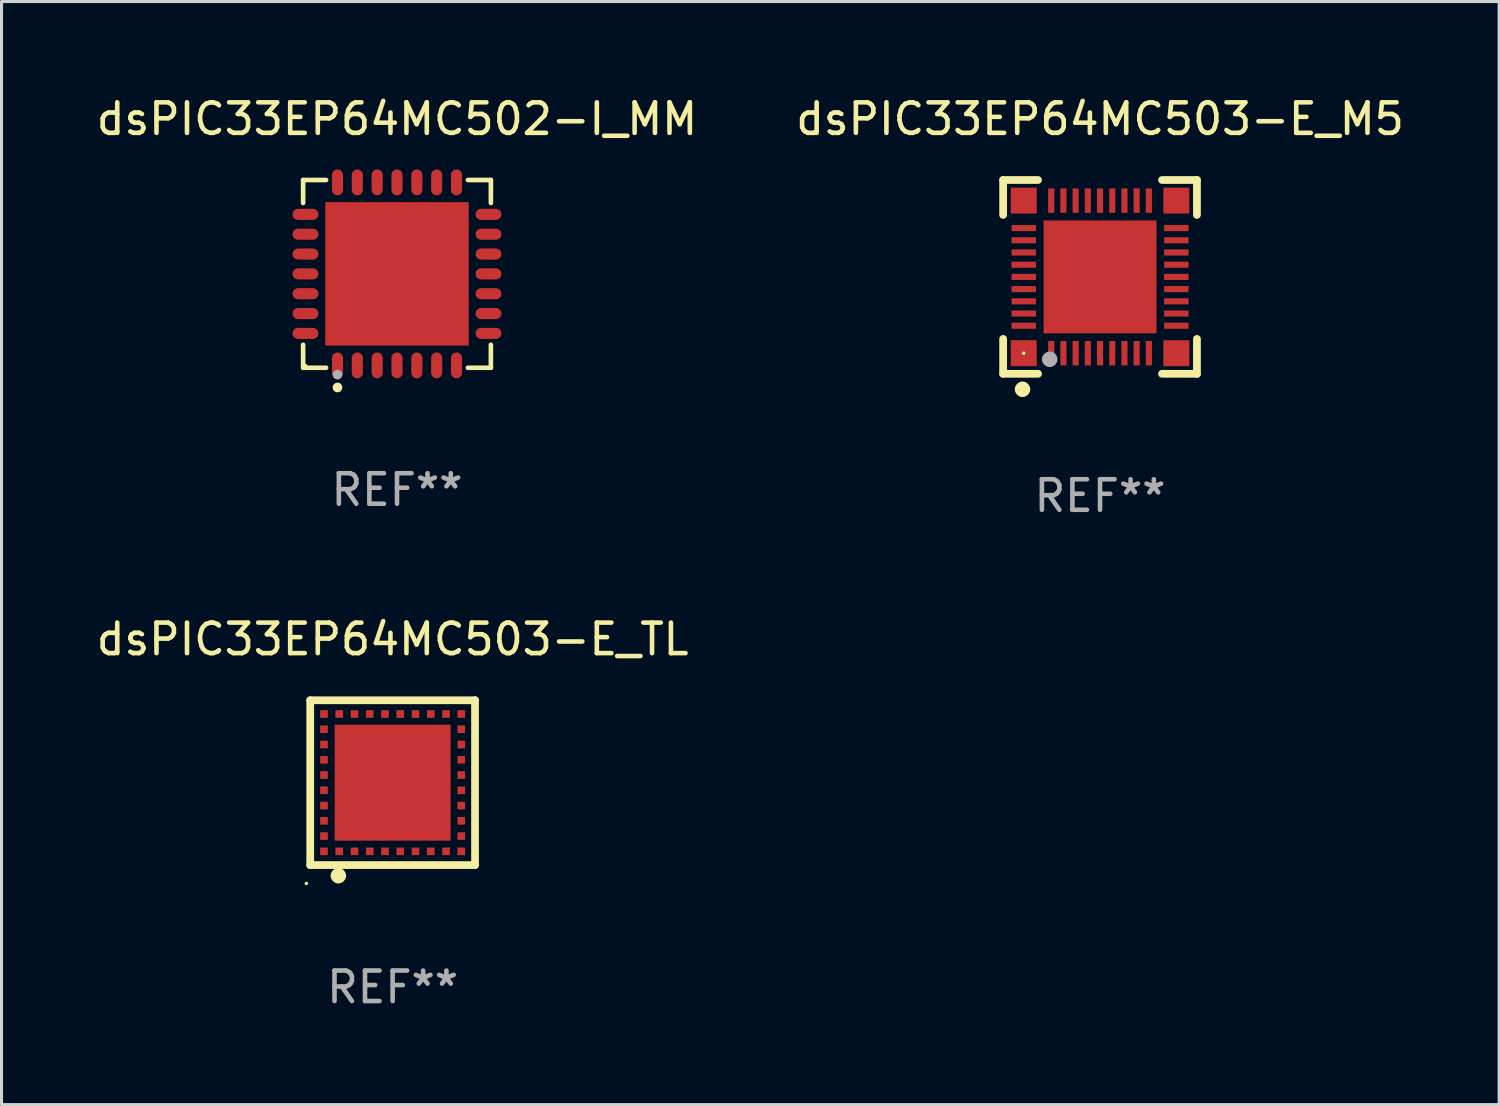
<source format=kicad_pcb>
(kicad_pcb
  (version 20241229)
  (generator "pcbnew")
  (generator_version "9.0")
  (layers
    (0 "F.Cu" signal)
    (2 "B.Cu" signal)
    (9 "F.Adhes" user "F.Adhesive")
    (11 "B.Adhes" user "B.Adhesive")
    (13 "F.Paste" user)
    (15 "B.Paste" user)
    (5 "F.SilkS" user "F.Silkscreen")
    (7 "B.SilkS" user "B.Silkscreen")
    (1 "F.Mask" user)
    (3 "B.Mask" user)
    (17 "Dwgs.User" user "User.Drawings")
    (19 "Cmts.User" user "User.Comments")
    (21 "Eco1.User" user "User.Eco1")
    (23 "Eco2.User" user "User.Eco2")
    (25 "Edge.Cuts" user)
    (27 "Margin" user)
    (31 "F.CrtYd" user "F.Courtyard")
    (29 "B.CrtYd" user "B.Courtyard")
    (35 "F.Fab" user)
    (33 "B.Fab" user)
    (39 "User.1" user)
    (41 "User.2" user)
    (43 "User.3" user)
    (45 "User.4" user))
  (footprint "dsPIC33EP64MC502-I_MM"
    (layer "F.Cu")
    (at 9.958 5.924)
    (property "Reference" "dsPIC33EP64MC502-I_MM" (at 0 -5.076 0) (layer "F.SilkS") (effects (font (size 1 1) (thickness 0.15))))
    (attr through_hole)
    (fp_line (start -3.076 -3.076) (end -2.323 -3.076) (stroke (width 0.152) (type solid)) (layer "F.SilkS"))
    (fp_line (start -3.076 -2.323) (end -3.076 -3.076) (stroke (width 0.152) (type solid)) (layer "F.SilkS"))
    (fp_line (start -3.076 2.323) (end -3.076 3.076) (stroke (width 0.152) (type solid)) (layer "F.SilkS"))
    (fp_line (start -3.076 3.076) (end -2.323 3.076) (stroke (width 0.152) (type solid)) (layer "F.SilkS"))
    (fp_line (start 3.076 -3.076) (end 2.323 -3.076) (stroke (width 0.152) (type solid)) (layer "F.SilkS"))
    (fp_line (start 3.076 -2.323) (end 3.076 -3.076) (stroke (width 0.152) (type solid)) (layer "F.SilkS"))
    (fp_line (start 3.076 2.323) (end 3.076 3.076) (stroke (width 0.152) (type solid)) (layer "F.SilkS"))
    (fp_line (start 3.076 3.076) (end 2.323 3.076) (stroke (width 0.152) (type solid)) (layer "F.SilkS"))
    (fp_circle (center -3 3) (end -2.97 3) (stroke (width 0.06) (type solid)) (fill no) (layer "F.SilkS"))
    (fp_circle (center -1.95 3.722) (end -1.87 3.722) (stroke (width 0.16) (type solid)) (fill no) (layer "F.SilkS"))
    (fp_circle (center -1.95 3.3) (end -1.87 3.3) (stroke (width 0.16) (type solid)) (fill no) (layer "F.Fab"))
    (fp_text user "REF**" (at 0 7.076 0) (layer "F.Fab") (effects (font (size 1 1) (thickness 0.15))))
    (pad "1" smd oval (at -1.95 2.998) (size 0.364 0.847) (layers "F.Cu" "F.Mask" "F.Paste"))
    (pad "2" smd oval (at -1.3 2.998) (size 0.364 0.847) (layers "F.Cu" "F.Mask" "F.Paste"))
    (pad "3" smd oval (at -0.65 2.998) (size 0.364 0.847) (layers "F.Cu" "F.Mask" "F.Paste"))
    (pad "4" smd oval (at 0 2.998) (size 0.364 0.847) (layers "F.Cu" "F.Mask" "F.Paste"))
    (pad "5" smd oval (at 0.65 2.998) (size 0.364 0.847) (layers "F.Cu" "F.Mask" "F.Paste"))
    (pad "6" smd oval (at 1.3 2.998) (size 0.364 0.847) (layers "F.Cu" "F.Mask" "F.Paste"))
    (pad "7" smd oval (at 1.95 2.998) (size 0.364 0.847) (layers "F.Cu" "F.Mask" "F.Paste"))
    (pad "8" smd oval (at 2.998 1.95) (size 0.847 0.364) (layers "F.Cu" "F.Mask" "F.Paste"))
    (pad "9" smd oval (at 2.998 1.3) (size 0.847 0.364) (layers "F.Cu" "F.Mask" "F.Paste"))
    (pad "10" smd oval (at 2.998 0.65) (size 0.847 0.364) (layers "F.Cu" "F.Mask" "F.Paste"))
    (pad "11" smd oval (at 2.998 0) (size 0.847 0.364) (layers "F.Cu" "F.Mask" "F.Paste"))
    (pad "12" smd oval (at 2.998 -0.65) (size 0.847 0.364) (layers "F.Cu" "F.Mask" "F.Paste"))
    (pad "13" smd oval (at 2.998 -1.3) (size 0.847 0.364) (layers "F.Cu" "F.Mask" "F.Paste"))
    (pad "14" smd oval (at 2.998 -1.95) (size 0.847 0.364) (layers "F.Cu" "F.Mask" "F.Paste"))
    (pad "15" smd oval (at 1.95 -2.998) (size 0.364 0.847) (layers "F.Cu" "F.Mask" "F.Paste"))
    (pad "16" smd oval (at 1.3 -2.998) (size 0.364 0.847) (layers "F.Cu" "F.Mask" "F.Paste"))
    (pad "17" smd oval (at 0.65 -2.998) (size 0.364 0.847) (layers "F.Cu" "F.Mask" "F.Paste"))
    (pad "18" smd oval (at 0 -2.998) (size 0.364 0.847) (layers "F.Cu" "F.Mask" "F.Paste"))
    (pad "19" smd oval (at -0.65 -2.998) (size 0.364 0.847) (layers "F.Cu" "F.Mask" "F.Paste"))
    (pad "20" smd oval (at -1.3 -2.998) (size 0.364 0.847) (layers "F.Cu" "F.Mask" "F.Paste"))
    (pad "21" smd oval (at -1.95 -2.998) (size 0.364 0.847) (layers "F.Cu" "F.Mask" "F.Paste"))
    (pad "22" smd oval (at -2.998 -1.95) (size 0.847 0.364) (layers "F.Cu" "F.Mask" "F.Paste"))
    (pad "23" smd oval (at -2.998 -1.3) (size 0.847 0.364) (layers "F.Cu" "F.Mask" "F.Paste"))
    (pad "24" smd oval (at -2.998 -0.65) (size 0.847 0.364) (layers "F.Cu" "F.Mask" "F.Paste"))
    (pad "25" smd oval (at -2.998 0) (size 0.847 0.364) (layers "F.Cu" "F.Mask" "F.Paste"))
    (pad "26" smd oval (at -2.998 0.65) (size 0.847 0.364) (layers "F.Cu" "F.Mask" "F.Paste"))
    (pad "27" smd oval (at -2.998 1.3) (size 0.847 0.364) (layers "F.Cu" "F.Mask" "F.Paste"))
    (pad "28" smd oval (at -2.998 1.95) (size 0.847 0.364) (layers "F.Cu" "F.Mask" "F.Paste"))
    (pad "29" smd rect (at 0 0) (size 4.7 4.7) (layers "F.Cu" "F.Mask" "F.Paste")))
  (footprint "dsPIC33EP64MC503-E_M5"
    (layer "F.Cu")
    (at 32.994 6.023)
    (property "Reference" "dsPIC33EP64MC503-E_M5" (at 0 -5.175 0) (layer "F.SilkS") (effects (font (size 1 1) (thickness 0.15))))
    (attr through_hole)
    (fp_line (start -3.175 -3.175) (end -2.032 -3.175) (stroke (width 0.254) (type solid)) (layer "F.SilkS"))
    (fp_line (start -3.175 -2.032) (end -3.175 -3.175) (stroke (width 0.254) (type solid)) (layer "F.SilkS"))
    (fp_line (start -3.175 3.175) (end -3.175 2.032) (stroke (width 0.254) (type solid)) (layer "F.SilkS"))
    (fp_line (start -2.032 3.175) (end -3.175 3.175) (stroke (width 0.254) (type solid)) (layer "F.SilkS"))
    (fp_line (start 2.032 -3.175) (end 3.175 -3.175) (stroke (width 0.254) (type solid)) (layer "F.SilkS"))
    (fp_line (start 3.175 -3.175) (end 3.175 -2.032) (stroke (width 0.254) (type solid)) (layer "F.SilkS"))
    (fp_line (start 3.175 2.032) (end 3.175 3.175) (stroke (width 0.254) (type solid)) (layer "F.SilkS"))
    (fp_line (start 3.175 3.175) (end 2.032 3.175) (stroke (width 0.254) (type solid)) (layer "F.SilkS"))
    (fp_circle (center -2.54 3.683) (end -2.413 3.683) (stroke (width 0.254) (type solid)) (fill no) (layer "F.SilkS"))
    (fp_circle (center -2.5 2.5) (end -2.47 2.5) (stroke (width 0.06) (type solid)) (fill no) (layer "F.SilkS"))
    (fp_circle (center -1.65 2.7) (end -1.523 2.7) (stroke (width 0.254) (type solid)) (fill no) (layer "F.Fab"))
    (fp_text user "REF**" (at 0 7.175 0) (layer "F.Fab") (effects (font (size 1 1) (thickness 0.15))))
    (pad "1" smd rect (at -1.6 2.5) (size 0.2 0.8) (layers "F.Cu" "F.Mask" "F.Paste"))
    (pad "2" smd rect (at -1.2 2.5) (size 0.2 0.8) (layers "F.Cu" "F.Mask" "F.Paste"))
    (pad "3" smd rect (at -0.8 2.5) (size 0.2 0.8) (layers "F.Cu" "F.Mask" "F.Paste"))
    (pad "4" smd rect (at -0.4 2.5) (size 0.2 0.8) (layers "F.Cu" "F.Mask" "F.Paste"))
    (pad "5" smd rect (at -0.000051 2.5) (size 0.2 0.8) (layers "F.Cu" "F.Mask" "F.Paste"))
    (pad "6" smd rect (at 0.4 2.5) (size 0.2 0.8) (layers "F.Cu" "F.Mask" "F.Paste"))
    (pad "7" smd rect (at 0.8 2.5) (size 0.2 0.8) (layers "F.Cu" "F.Mask" "F.Paste"))
    (pad "8" smd rect (at 1.2 2.5) (size 0.2 0.8) (layers "F.Cu" "F.Mask" "F.Paste"))
    (pad "9" smd rect (at 1.6 2.5) (size 0.2 0.8) (layers "F.Cu" "F.Mask" "F.Paste"))
    (pad "10" smd rect (at 2.5 1.6 90) (size 0.2 0.8) (layers "F.Cu" "F.Mask" "F.Paste"))
    (pad "11" smd rect (at 2.5 1.2 90) (size 0.2 0.8) (layers "F.Cu" "F.Mask" "F.Paste"))
    (pad "12" smd rect (at 2.5 0.8 90) (size 0.2 0.8) (layers "F.Cu" "F.Mask" "F.Paste"))
    (pad "13" smd rect (at 2.5 0.4 90) (size 0.2 0.8) (layers "F.Cu" "F.Mask" "F.Paste"))
    (pad "14" smd rect (at 2.5 -0.000051 90) (size 0.2 0.8) (layers "F.Cu" "F.Mask" "F.Paste"))
    (pad "15" smd rect (at 2.5 -0.4 90) (size 0.2 0.8) (layers "F.Cu" "F.Mask" "F.Paste"))
    (pad "16" smd rect (at 2.5 -0.8 90) (size 0.2 0.8) (layers "F.Cu" "F.Mask" "F.Paste"))
    (pad "17" smd rect (at 2.5 -1.2 90) (size 0.2 0.8) (layers "F.Cu" "F.Mask" "F.Paste"))
    (pad "18" smd rect (at 2.5 -1.6 90) (size 0.2 0.8) (layers "F.Cu" "F.Mask" "F.Paste"))
    (pad "19" smd rect (at 1.6 -2.5 180) (size 0.2 0.8) (layers "F.Cu" "F.Mask" "F.Paste"))
    (pad "20" smd rect (at 1.2 -2.5 180) (size 0.2 0.8) (layers "F.Cu" "F.Mask" "F.Paste"))
    (pad "21" smd rect (at 0.8 -2.5 180) (size 0.2 0.8) (layers "F.Cu" "F.Mask" "F.Paste"))
    (pad "22" smd rect (at 0.4 -2.5 180) (size 0.2 0.8) (layers "F.Cu" "F.Mask" "F.Paste"))
    (pad "23" smd rect (at -0.000051 -2.5 180) (size 0.2 0.8) (layers "F.Cu" "F.Mask" "F.Paste"))
    (pad "24" smd rect (at -0.4 -2.5 180) (size 0.2 0.8) (layers "F.Cu" "F.Mask" "F.Paste"))
    (pad "25" smd rect (at -0.8 -2.5 180) (size 0.2 0.8) (layers "F.Cu" "F.Mask" "F.Paste"))
    (pad "26" smd rect (at -1.2 -2.5 180) (size 0.2 0.8) (layers "F.Cu" "F.Mask" "F.Paste"))
    (pad "27" smd rect (at -1.6 -2.5 180) (size 0.2 0.8) (layers "F.Cu" "F.Mask" "F.Paste"))
    (pad "28" smd rect (at -2.5 -1.6 270) (size 0.2 0.8) (layers "F.Cu" "F.Mask" "F.Paste"))
    (pad "29" smd rect (at -2.5 -1.2 270) (size 0.2 0.8) (layers "F.Cu" "F.Mask" "F.Paste"))
    (pad "30" smd rect (at -2.5 -0.8 270) (size 0.2 0.8) (layers "F.Cu" "F.Mask" "F.Paste"))
    (pad "31" smd rect (at -2.5 -0.4 270) (size 0.2 0.8) (layers "F.Cu" "F.Mask" "F.Paste"))
    (pad "32" smd rect (at -2.5 -0.000051 270) (size 0.2 0.8) (layers "F.Cu" "F.Mask" "F.Paste"))
    (pad "33" smd rect (at -2.5 0.4 270) (size 0.2 0.8) (layers "F.Cu" "F.Mask" "F.Paste"))
    (pad "34" smd rect (at -2.5 0.8 270) (size 0.2 0.8) (layers "F.Cu" "F.Mask" "F.Paste"))
    (pad "35" smd rect (at -2.5 1.2 270) (size 0.2 0.8) (layers "F.Cu" "F.Mask" "F.Paste"))
    (pad "36" smd rect (at -2.5 1.6 270) (size 0.2 0.8) (layers "F.Cu" "F.Mask" "F.Paste"))
    (pad "37" smd rect (at -2.5 -2.5) (size 0.85 0.85) (layers "F.Cu" "F.Mask" "F.Paste"))
    (pad "37" smd rect (at -2.5 2.5) (size 0.85 0.85) (layers "F.Cu" "F.Mask" "F.Paste"))
    (pad "37" smd rect (at -0.000051 -0.000051) (size 3.7 3.7) (layers "F.Cu" "F.Mask" "F.Paste"))
    (pad "37" smd rect (at 2.5 -2.5) (size 0.85 0.85) (layers "F.Cu" "F.Mask" "F.Paste"))
    (pad "37" smd rect (at 2.5 2.5) (size 0.85 0.85) (layers "F.Cu" "F.Mask" "F.Paste")))
  (footprint "dsPIC33EP64MC503-E_TL"
    (layer "F.Cu")
    (at 9.815 22.595)
    (property "Reference" "dsPIC33EP64MC503-E_TL" (at 0 -4.7 0) (layer "F.SilkS") (effects (font (size 1 1) (thickness 0.15))))
    (attr through_hole)
    (fp_line (start -2.7 -2.7) (end 2.7 -2.7) (stroke (width 0.254) (type solid)) (layer "F.SilkS"))
    (fp_line (start -2.7 2.7) (end -2.7 -2.7) (stroke (width 0.254) (type solid)) (layer "F.SilkS"))
    (fp_line (start 2.7 -2.7) (end 2.7 2.7) (stroke (width 0.254) (type solid)) (layer "F.SilkS"))
    (fp_line (start 2.7 2.7) (end -2.7 2.7) (stroke (width 0.254) (type solid)) (layer "F.SilkS"))
    (fp_circle (center -2.827 3.302) (end -2.797 3.302) (stroke (width 0.06) (type solid)) (fill no) (layer "F.SilkS"))
    (fp_circle (center -1.778 3.048) (end -1.651 3.048) (stroke (width 0.254) (type solid)) (fill no) (layer "F.SilkS"))
    (fp_text user "REF**" (at 0 6.7 0) (layer "F.Fab") (effects (font (size 1 1) (thickness 0.15))))
    (pad "1" smd rect (at -1.75 2.25) (size 0.25 0.25) (layers "F.Cu" "F.Mask" "F.Paste"))
    (pad "2" smd rect (at -1.25 2.25) (size 0.25 0.25) (layers "F.Cu" "F.Mask" "F.Paste"))
    (pad "3" smd rect (at -0.75 2.25) (size 0.25 0.25) (layers "F.Cu" "F.Mask" "F.Paste"))
    (pad "4" smd rect (at -0.25 2.25) (size 0.25 0.25) (layers "F.Cu" "F.Mask" "F.Paste"))
    (pad "5" smd rect (at 0.25 2.25) (size 0.25 0.25) (layers "F.Cu" "F.Mask" "F.Paste"))
    (pad "6" smd rect (at 0.75 2.25) (size 0.25 0.25) (layers "F.Cu" "F.Mask" "F.Paste"))
    (pad "7" smd rect (at 1.25 2.25) (size 0.25 0.25) (layers "F.Cu" "F.Mask" "F.Paste"))
    (pad "8" smd rect (at 1.75 2.25) (size 0.25 0.25) (layers "F.Cu" "F.Mask" "F.Paste"))
    (pad "9" smd rect (at 2.25 2.25) (size 0.25 0.25) (layers "F.Cu" "F.Mask" "F.Paste"))
    (pad "10" smd rect (at 2.25 1.75) (size 0.25 0.25) (layers "F.Cu" "F.Mask" "F.Paste"))
    (pad "11" smd rect (at 2.25 1.25) (size 0.25 0.25) (layers "F.Cu" "F.Mask" "F.Paste"))
    (pad "12" smd rect (at 2.25 0.75) (size 0.25 0.25) (layers "F.Cu" "F.Mask" "F.Paste"))
    (pad "13" smd rect (at 2.25 0.25) (size 0.25 0.25) (layers "F.Cu" "F.Mask" "F.Paste"))
    (pad "14" smd rect (at 2.25 -0.25) (size 0.25 0.25) (layers "F.Cu" "F.Mask" "F.Paste"))
    (pad "15" smd rect (at 2.25 -0.75) (size 0.25 0.25) (layers "F.Cu" "F.Mask" "F.Paste"))
    (pad "16" smd rect (at 2.25 -1.25) (size 0.25 0.25) (layers "F.Cu" "F.Mask" "F.Paste"))
    (pad "17" smd rect (at 2.25 -1.75) (size 0.25 0.25) (layers "F.Cu" "F.Mask" "F.Paste"))
    (pad "18" smd rect (at 2.25 -2.25) (size 0.25 0.25) (layers "F.Cu" "F.Mask" "F.Paste"))
    (pad "19" smd rect (at 1.75 -2.25) (size 0.25 0.25) (layers "F.Cu" "F.Mask" "F.Paste"))
    (pad "20" smd rect (at 1.25 -2.25) (size 0.25 0.25) (layers "F.Cu" "F.Mask" "F.Paste"))
    (pad "21" smd rect (at 0.75 -2.25) (size 0.25 0.25) (layers "F.Cu" "F.Mask" "F.Paste"))
    (pad "22" smd rect (at 0.25 -2.25) (size 0.25 0.25) (layers "F.Cu" "F.Mask" "F.Paste"))
    (pad "23" smd rect (at -0.25 -2.25) (size 0.25 0.25) (layers "F.Cu" "F.Mask" "F.Paste"))
    (pad "24" smd rect (at -0.75 -2.25) (size 0.25 0.25) (layers "F.Cu" "F.Mask" "F.Paste"))
    (pad "25" smd rect (at -1.25 -2.25) (size 0.25 0.25) (layers "F.Cu" "F.Mask" "F.Paste"))
    (pad "26" smd rect (at -1.75 -2.25) (size 0.25 0.25) (layers "F.Cu" "F.Mask" "F.Paste"))
    (pad "27" smd rect (at -2.25 -2.25) (size 0.25 0.25) (layers "F.Cu" "F.Mask" "F.Paste"))
    (pad "28" smd rect (at -2.25 -1.75) (size 0.25 0.25) (layers "F.Cu" "F.Mask" "F.Paste"))
    (pad "29" smd rect (at -2.25 -1.25) (size 0.25 0.25) (layers "F.Cu" "F.Mask" "F.Paste"))
    (pad "30" smd rect (at -2.25 -0.75) (size 0.25 0.25) (layers "F.Cu" "F.Mask" "F.Paste"))
    (pad "31" smd rect (at -2.25 -0.25) (size 0.25 0.25) (layers "F.Cu" "F.Mask" "F.Paste"))
    (pad "32" smd rect (at -2.25 0.25) (size 0.25 0.25) (layers "F.Cu" "F.Mask" "F.Paste"))
    (pad "33" smd rect (at -2.25 0.75) (size 0.25 0.25) (layers "F.Cu" "F.Mask" "F.Paste"))
    (pad "34" smd rect (at -2.25 1.25) (size 0.25 0.25) (layers "F.Cu" "F.Mask" "F.Paste"))
    (pad "35" smd rect (at -2.25 1.75) (size 0.25 0.25) (layers "F.Cu" "F.Mask" "F.Paste"))
    (pad "36" smd rect (at -2.25 2.25) (size 0.25 0.25) (layers "F.Cu" "F.Mask" "F.Paste"))
    (pad "37" smd rect (at 0.000127 -0.000076) (size 3.8 3.8) (layers "F.Cu" "F.Mask" "F.Paste")))
  (gr_rect
    (start -3 -3)
    (end 46.071 33.143)
    (stroke (width 0.1) (type default))
    (fill no)
    (layer "Edge.Cuts")))
</source>
